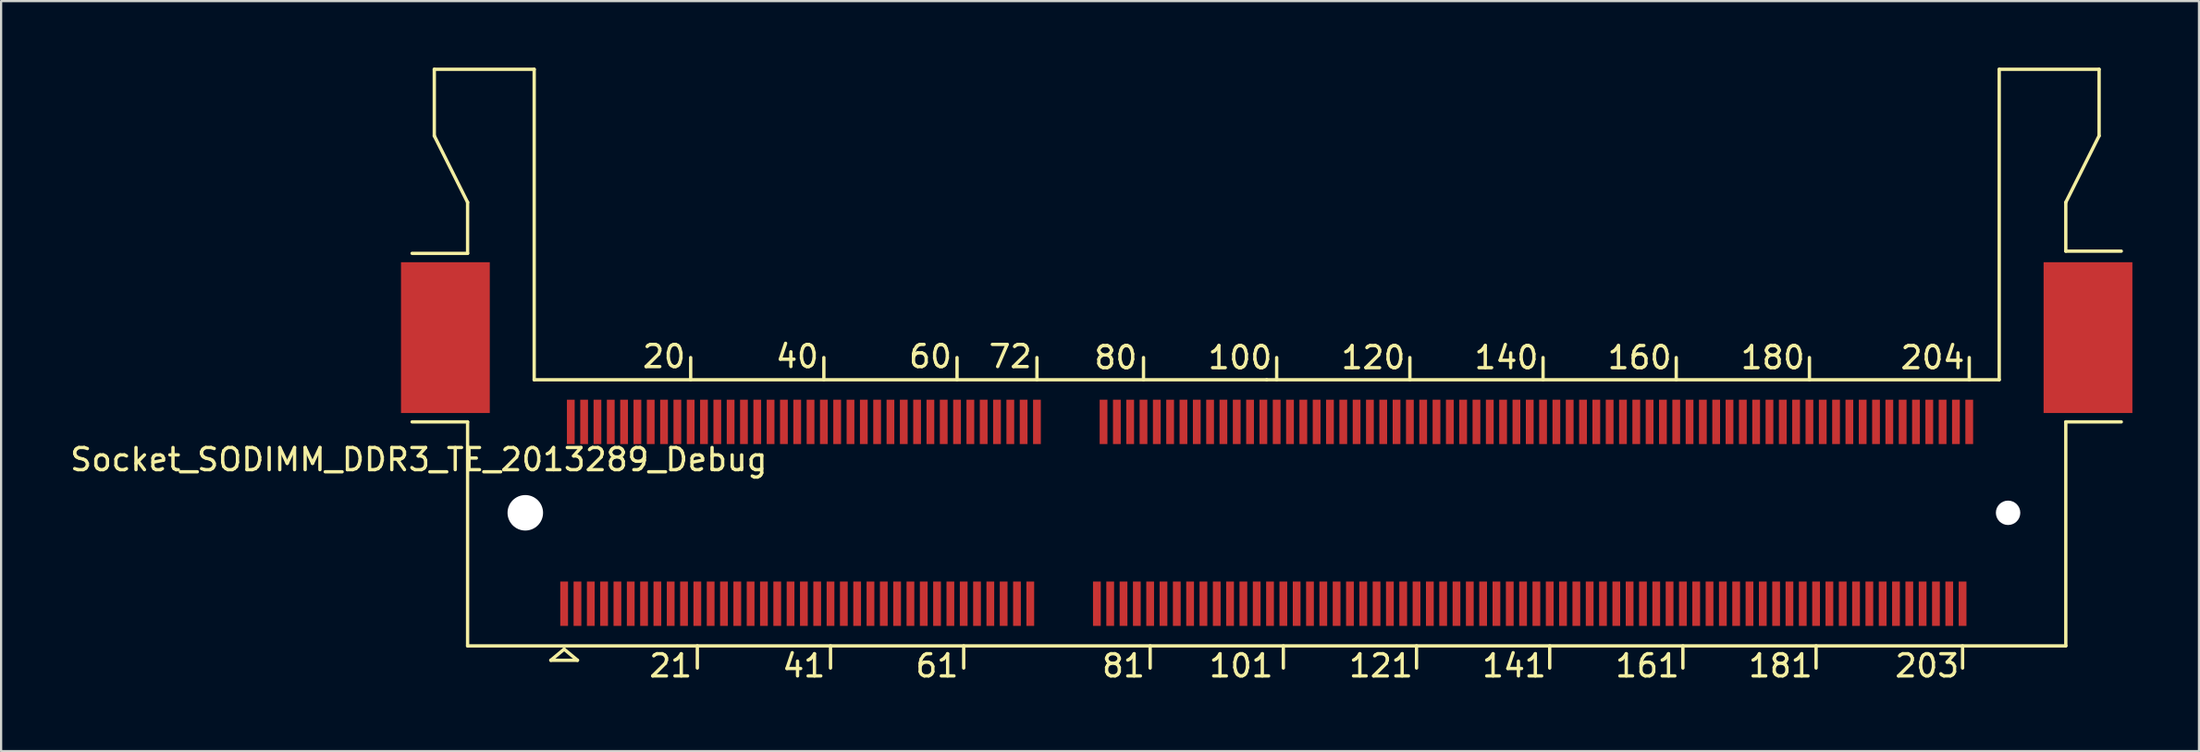
<source format=kicad_pcb>
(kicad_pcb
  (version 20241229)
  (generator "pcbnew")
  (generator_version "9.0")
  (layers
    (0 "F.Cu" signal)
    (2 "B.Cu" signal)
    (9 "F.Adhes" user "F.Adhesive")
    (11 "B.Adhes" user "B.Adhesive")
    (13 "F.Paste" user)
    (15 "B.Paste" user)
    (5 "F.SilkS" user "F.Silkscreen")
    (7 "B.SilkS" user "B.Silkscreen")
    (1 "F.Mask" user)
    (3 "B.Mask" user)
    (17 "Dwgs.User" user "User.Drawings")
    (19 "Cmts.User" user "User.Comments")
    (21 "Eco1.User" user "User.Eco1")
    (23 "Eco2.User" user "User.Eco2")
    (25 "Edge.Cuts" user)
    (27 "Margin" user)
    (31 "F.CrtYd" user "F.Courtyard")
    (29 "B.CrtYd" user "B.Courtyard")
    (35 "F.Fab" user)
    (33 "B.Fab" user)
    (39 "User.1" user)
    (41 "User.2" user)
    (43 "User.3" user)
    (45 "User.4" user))
  (footprint "Socket_SODIMM_DDR3_TE_2013289_Debug"
    (layer "F.Cu")
    (at 54.015 20.075)
    (property "Reference" "Socket_SODIMM_DDR3_TE_2013289_Debug" (at -38.2 -2.4 0) (layer "F.SilkS") (effects (font (size 1 1) (thickness 0.15))))
    (attr smd)
    (fp_line (start -37.5 -20) (end -37.5 -17) (stroke (width 0.15) (type solid)) (layer "F.SilkS"))
    (fp_line (start -37.5 -17) (end -36 -14) (stroke (width 0.15) (type solid)) (layer "F.SilkS"))
    (fp_line (start -36 -14) (end -36 -11.7) (stroke (width 0.15) (type solid)) (layer "F.SilkS"))
    (fp_line (start -36 -11.7) (end -38.5 -11.7) (stroke (width 0.15) (type solid)) (layer "F.SilkS"))
    (fp_line (start -36 -4.1) (end -38.5 -4.1) (stroke (width 0.15) (type solid)) (layer "F.SilkS"))
    (fp_line (start -36 -4.1) (end -36 6) (stroke (width 0.15) (type solid)) (layer "F.SilkS"))
    (fp_line (start -36 6) (end 36 6) (stroke (width 0.15) (type solid)) (layer "F.SilkS"))
    (fp_line (start -33 -20) (end -37.5 -20) (stroke (width 0.15) (type solid)) (layer "F.SilkS"))
    (fp_line (start -33 -6) (end -33 -20) (stroke (width 0.15) (type solid)) (layer "F.SilkS"))
    (fp_line (start -32.25 6.65) (end -31.65 6.15) (stroke (width 0.15) (type solid)) (layer "F.SilkS"))
    (fp_line (start -31.65 6.15) (end -31.05 6.65) (stroke (width 0.15) (type solid)) (layer "F.SilkS"))
    (fp_line (start -31.05 6.65) (end -32.25 6.65) (stroke (width 0.15) (type solid)) (layer "F.SilkS"))
    (fp_line (start -25.95 -6) (end -25.95 -7) (stroke (width 0.15) (type solid)) (layer "F.SilkS"))
    (fp_line (start -25.65 7) (end -25.65 6) (stroke (width 0.15) (type solid)) (layer "F.SilkS"))
    (fp_line (start -19.95 -6) (end -19.95 -7) (stroke (width 0.15) (type solid)) (layer "F.SilkS"))
    (fp_line (start -19.65 7) (end -19.65 6) (stroke (width 0.15) (type solid)) (layer "F.SilkS"))
    (fp_line (start -13.95 -6) (end -13.95 -7) (stroke (width 0.15) (type solid)) (layer "F.SilkS"))
    (fp_line (start -13.65 7) (end -13.65 6) (stroke (width 0.15) (type solid)) (layer "F.SilkS"))
    (fp_line (start -10.35 -6) (end -10.35 -7) (stroke (width 0.15) (type solid)) (layer "F.SilkS"))
    (fp_line (start -5.55 -6) (end -5.55 -7) (stroke (width 0.15) (type solid)) (layer "F.SilkS"))
    (fp_line (start -5.25 7) (end -5.25 6) (stroke (width 0.15) (type solid)) (layer "F.SilkS"))
    (fp_line (start 0 -6) (end -33 -6) (stroke (width 0.15) (type solid)) (layer "F.SilkS"))
    (fp_line (start 0.45 -6) (end 0.45 -7) (stroke (width 0.15) (type solid)) (layer "F.SilkS"))
    (fp_line (start 0.75 7) (end 0.75 6) (stroke (width 0.15) (type solid)) (layer "F.SilkS"))
    (fp_line (start 6.45 -6) (end 6.45 -7) (stroke (width 0.15) (type solid)) (layer "F.SilkS"))
    (fp_line (start 6.75 7) (end 6.75 6) (stroke (width 0.15) (type solid)) (layer "F.SilkS"))
    (fp_line (start 12.45 -6) (end 12.45 -7) (stroke (width 0.15) (type solid)) (layer "F.SilkS"))
    (fp_line (start 12.75 7) (end 12.75 6) (stroke (width 0.15) (type solid)) (layer "F.SilkS"))
    (fp_line (start 18.45 -6) (end 18.45 -7) (stroke (width 0.15) (type solid)) (layer "F.SilkS"))
    (fp_line (start 18.75 7) (end 18.75 6) (stroke (width 0.15) (type solid)) (layer "F.SilkS"))
    (fp_line (start 24.45 -6) (end 24.45 -7) (stroke (width 0.15) (type solid)) (layer "F.SilkS"))
    (fp_line (start 24.75 7) (end 24.75 6) (stroke (width 0.15) (type solid)) (layer "F.SilkS"))
    (fp_line (start 31.35 7) (end 31.35 6) (stroke (width 0.15) (type solid)) (layer "F.SilkS"))
    (fp_line (start 31.65 -6) (end 31.65 -7) (stroke (width 0.15) (type solid)) (layer "F.SilkS"))
    (fp_line (start 33 -20) (end 33 -6) (stroke (width 0.15) (type solid)) (layer "F.SilkS"))
    (fp_line (start 33 -6) (end 0 -6) (stroke (width 0.15) (type solid)) (layer "F.SilkS"))
    (fp_line (start 36 -14) (end 36 -11.8) (stroke (width 0.15) (type solid)) (layer "F.SilkS"))
    (fp_line (start 36 -14) (end 37.5 -17) (stroke (width 0.15) (type solid)) (layer "F.SilkS"))
    (fp_line (start 36 -11.8) (end 38.5 -11.8) (stroke (width 0.15) (type solid)) (layer "F.SilkS"))
    (fp_line (start 36 -4.1) (end 38.5 -4.1) (stroke (width 0.15) (type solid)) (layer "F.SilkS"))
    (fp_line (start 36 6) (end 36 -4.1) (stroke (width 0.15) (type solid)) (layer "F.SilkS"))
    (fp_line (start 37.5 -20) (end 33 -20) (stroke (width 0.15) (type solid)) (layer "F.SilkS"))
    (fp_line (start 37.5 -17) (end 37.5 -20) (stroke (width 0.15) (type solid)) (layer "F.SilkS"))
    (fp_text user "181" (at 23.15 6.9 0) (layer "F.SilkS") (effects (font (size 1 1) (thickness 0.15))))
    (fp_text user "161" (at 17.15 6.9 0) (layer "F.SilkS") (effects (font (size 1 1) (thickness 0.15))))
    (fp_text user "204" (at 30 -7 0) (layer "F.SilkS") (effects (font (size 1 1) (thickness 0.15))))
    (fp_text user "160" (at 16.8 -7 0) (layer "F.SilkS") (effects (font (size 1 1) (thickness 0.15))))
    (fp_text user "40" (at -21.15 -7.05 0) (layer "F.SilkS") (effects (font (size 1 1) (thickness 0.15))))
    (fp_text user "41" (at -20.85 6.9 0) (layer "F.SilkS") (effects (font (size 1 1) (thickness 0.15))))
    (fp_text user "140" (at 10.8 -7 0) (layer "F.SilkS") (effects (font (size 1 1) (thickness 0.15))))
    (fp_text user "81" (at -6.45 6.9 0) (layer "F.SilkS") (effects (font (size 1 1) (thickness 0.15))))
    (fp_text user "61" (at -14.85 6.9 0) (layer "F.SilkS") (effects (font (size 1 1) (thickness 0.15))))
    (fp_text user "101" (at -1.15 6.9 0) (layer "F.SilkS") (effects (font (size 1 1) (thickness 0.15))))
    (fp_text user "203" (at 29.75 6.9 0) (layer "F.SilkS") (effects (font (size 1 1) (thickness 0.15))))
    (fp_text user "120" (at 4.8 -7 0) (layer "F.SilkS") (effects (font (size 1 1) (thickness 0.15))))
    (fp_text user "21" (at -26.85 6.9 0) (layer "F.SilkS") (effects (font (size 1 1) (thickness 0.15))))
    (fp_text user "100" (at -1.2 -7 0) (layer "F.SilkS") (effects (font (size 1 1) (thickness 0.15))))
    (fp_text user "72" (at -11.55 -7.05 0) (layer "F.SilkS") (effects (font (size 1 1) (thickness 0.15))))
    (fp_text user "180" (at 22.8 -7 0) (layer "F.SilkS") (effects (font (size 1 1) (thickness 0.15))))
    (fp_text user "121" (at 5.15 6.9 0) (layer "F.SilkS") (effects (font (size 1 1) (thickness 0.15))))
    (fp_text user "141" (at 11.15 6.9 0) (layer "F.SilkS") (effects (font (size 1 1) (thickness 0.15))))
    (fp_text user "80" (at -6.8 -7 0) (layer "F.SilkS") (effects (font (size 1 1) (thickness 0.15))))
    (fp_text user "60" (at -15.15 -7.05 0) (layer "F.SilkS") (effects (font (size 1 1) (thickness 0.15))))
    (fp_text user "20" (at -27.15 -7.05 0) (layer "F.SilkS") (effects (font (size 1 1) (thickness 0.15))))
    (pad "" smd rect (at -37 -7.9) (size 4 6.8) (layers "F.Cu" "F.Mask" "F.Paste"))
    (pad "" np_thru_hole circle (at -33.4 0) (size 1.6 1.6) (drill 1.6) (layers "*.Cu" "*.Mask"))
    (pad "" np_thru_hole circle (at 33.4 0) (size 1.1 1.1) (drill 1.1) (layers "*.Cu" "*.Mask"))
    (pad "" smd rect (at 37 -7.9) (size 4 6.8) (layers "F.Cu" "F.Mask" "F.Paste"))
    (pad "1" smd rect (at -31.65 4.1) (size 0.35 2) (layers "F.Cu" "F.Mask" "F.Paste"))
    (pad "2" smd rect (at -31.35 -4.1) (size 0.35 2) (layers "F.Cu" "F.Mask" "F.Paste"))
    (pad "3" smd rect (at -31.05 4.1) (size 0.35 2) (layers "F.Cu" "F.Mask" "F.Paste"))
    (pad "4" smd rect (at -30.75 -4.1) (size 0.35 2) (layers "F.Cu" "F.Mask" "F.Paste"))
    (pad "5" smd rect (at -30.45 4.1) (size 0.35 2) (layers "F.Cu" "F.Mask" "F.Paste"))
    (pad "6" smd rect (at -30.15 -4.1) (size 0.35 2) (layers "F.Cu" "F.Mask" "F.Paste"))
    (pad "7" smd rect (at -29.85 4.1) (size 0.35 2) (layers "F.Cu" "F.Mask" "F.Paste"))
    (pad "8" smd rect (at -29.55 -4.1) (size 0.35 2) (layers "F.Cu" "F.Mask" "F.Paste"))
    (pad "9" smd rect (at -29.25 4.1) (size 0.35 2) (layers "F.Cu" "F.Mask" "F.Paste"))
    (pad "10" smd rect (at -28.95 -4.1) (size 0.35 2) (layers "F.Cu" "F.Mask" "F.Paste"))
    (pad "11" smd rect (at -28.65 4.1) (size 0.35 2) (layers "F.Cu" "F.Mask" "F.Paste"))
    (pad "12" smd rect (at -28.35 -4.1) (size 0.35 2) (layers "F.Cu" "F.Mask" "F.Paste"))
    (pad "13" smd rect (at -28.05 4.1) (size 0.35 2) (layers "F.Cu" "F.Mask" "F.Paste"))
    (pad "14" smd rect (at -27.75 -4.1) (size 0.35 2) (layers "F.Cu" "F.Mask" "F.Paste"))
    (pad "15" smd rect (at -27.45 4.1) (size 0.35 2) (layers "F.Cu" "F.Mask" "F.Paste"))
    (pad "16" smd rect (at -27.15 -4.1) (size 0.35 2) (layers "F.Cu" "F.Mask" "F.Paste"))
    (pad "17" smd rect (at -26.85 4.1) (size 0.35 2) (layers "F.Cu" "F.Mask" "F.Paste"))
    (pad "18" smd rect (at -26.55 -4.1) (size 0.35 2) (layers "F.Cu" "F.Mask" "F.Paste"))
    (pad "19" smd rect (at -26.25 4.1) (size 0.35 2) (layers "F.Cu" "F.Mask" "F.Paste"))
    (pad "20" smd rect (at -25.95 -4.1) (size 0.35 2) (layers "F.Cu" "F.Mask" "F.Paste"))
    (pad "21" smd rect (at -25.65 4.1) (size 0.35 2) (layers "F.Cu" "F.Mask" "F.Paste"))
    (pad "22" smd rect (at -25.35 -4.1) (size 0.35 2) (layers "F.Cu" "F.Mask" "F.Paste"))
    (pad "23" smd rect (at -25.05 4.1) (size 0.35 2) (layers "F.Cu" "F.Mask" "F.Paste"))
    (pad "24" smd rect (at -24.75 -4.1) (size 0.35 2) (layers "F.Cu" "F.Mask" "F.Paste"))
    (pad "25" smd rect (at -24.45 4.1) (size 0.35 2) (layers "F.Cu" "F.Mask" "F.Paste"))
    (pad "26" smd rect (at -24.15 -4.1) (size 0.35 2) (layers "F.Cu" "F.Mask" "F.Paste"))
    (pad "27" smd rect (at -23.85 4.1) (size 0.35 2) (layers "F.Cu" "F.Mask" "F.Paste"))
    (pad "28" smd rect (at -23.55 -4.1) (size 0.35 2) (layers "F.Cu" "F.Mask" "F.Paste"))
    (pad "29" smd rect (at -23.25 4.1) (size 0.35 2) (layers "F.Cu" "F.Mask" "F.Paste"))
    (pad "30" smd rect (at -22.95 -4.1) (size 0.35 2) (layers "F.Cu" "F.Mask" "F.Paste"))
    (pad "31" smd rect (at -22.65 4.1) (size 0.35 2) (layers "F.Cu" "F.Mask" "F.Paste"))
    (pad "32" smd rect (at -22.35 -4.1) (size 0.35 2) (layers "F.Cu" "F.Mask" "F.Paste"))
    (pad "33" smd rect (at -22.05 4.1) (size 0.35 2) (layers "F.Cu" "F.Mask" "F.Paste"))
    (pad "34" smd rect (at -21.75 -4.1) (size 0.35 2) (layers "F.Cu" "F.Mask" "F.Paste"))
    (pad "35" smd rect (at -21.45 4.1) (size 0.35 2) (layers "F.Cu" "F.Mask" "F.Paste"))
    (pad "36" smd rect (at -21.15 -4.1) (size 0.35 2) (layers "F.Cu" "F.Mask" "F.Paste"))
    (pad "37" smd rect (at -20.85 4.1) (size 0.35 2) (layers "F.Cu" "F.Mask" "F.Paste"))
    (pad "38" smd rect (at -20.55 -4.1) (size 0.35 2) (layers "F.Cu" "F.Mask" "F.Paste"))
    (pad "39" smd rect (at -20.25 4.1) (size 0.35 2) (layers "F.Cu" "F.Mask" "F.Paste"))
    (pad "40" smd rect (at -19.95 -4.1) (size 0.35 2) (layers "F.Cu" "F.Mask" "F.Paste"))
    (pad "41" smd rect (at -19.65 4.1) (size 0.35 2) (layers "F.Cu" "F.Mask" "F.Paste"))
    (pad "42" smd rect (at -19.35 -4.1) (size 0.35 2) (layers "F.Cu" "F.Mask" "F.Paste"))
    (pad "43" smd rect (at -19.05 4.1) (size 0.35 2) (layers "F.Cu" "F.Mask" "F.Paste"))
    (pad "44" smd rect (at -18.75 -4.1) (size 0.35 2) (layers "F.Cu" "F.Mask" "F.Paste"))
    (pad "45" smd rect (at -18.45 4.1) (size 0.35 2) (layers "F.Cu" "F.Mask" "F.Paste"))
    (pad "46" smd rect (at -18.15 -4.1) (size 0.35 2) (layers "F.Cu" "F.Mask" "F.Paste"))
    (pad "47" smd rect (at -17.85 4.1) (size 0.35 2) (layers "F.Cu" "F.Mask" "F.Paste"))
    (pad "48" smd rect (at -17.55 -4.1) (size 0.35 2) (layers "F.Cu" "F.Mask" "F.Paste"))
    (pad "49" smd rect (at -17.25 4.1) (size 0.35 2) (layers "F.Cu" "F.Mask" "F.Paste"))
    (pad "50" smd rect (at -16.95 -4.1) (size 0.35 2) (layers "F.Cu" "F.Mask" "F.Paste"))
    (pad "51" smd rect (at -16.65 4.1) (size 0.35 2) (layers "F.Cu" "F.Mask" "F.Paste"))
    (pad "52" smd rect (at -16.35 -4.1) (size 0.35 2) (layers "F.Cu" "F.Mask" "F.Paste"))
    (pad "53" smd rect (at -16.05 4.1) (size 0.35 2) (layers "F.Cu" "F.Mask" "F.Paste"))
    (pad "54" smd rect (at -15.75 -4.1) (size 0.35 2) (layers "F.Cu" "F.Mask" "F.Paste"))
    (pad "55" smd rect (at -15.45 4.1) (size 0.35 2) (layers "F.Cu" "F.Mask" "F.Paste"))
    (pad "56" smd rect (at -15.15 -4.1) (size 0.35 2) (layers "F.Cu" "F.Mask" "F.Paste"))
    (pad "57" smd rect (at -14.85 4.1) (size 0.35 2) (layers "F.Cu" "F.Mask" "F.Paste"))
    (pad "58" smd rect (at -14.55 -4.1) (size 0.35 2) (layers "F.Cu" "F.Mask" "F.Paste"))
    (pad "59" smd rect (at -14.25 4.1) (size 0.35 2) (layers "F.Cu" "F.Mask" "F.Paste"))
    (pad "60" smd rect (at -13.95 -4.1) (size 0.35 2) (layers "F.Cu" "F.Mask" "F.Paste"))
    (pad "61" smd rect (at -13.65 4.1) (size 0.35 2) (layers "F.Cu" "F.Mask" "F.Paste"))
    (pad "62" smd rect (at -13.35 -4.1) (size 0.35 2) (layers "F.Cu" "F.Mask" "F.Paste"))
    (pad "63" smd rect (at -13.05 4.1) (size 0.35 2) (layers "F.Cu" "F.Mask" "F.Paste"))
    (pad "64" smd rect (at -12.75 -4.1) (size 0.35 2) (layers "F.Cu" "F.Mask" "F.Paste"))
    (pad "65" smd rect (at -12.45 4.1) (size 0.35 2) (layers "F.Cu" "F.Mask" "F.Paste"))
    (pad "66" smd rect (at -12.15 -4.1) (size 0.35 2) (layers "F.Cu" "F.Mask" "F.Paste"))
    (pad "67" smd rect (at -11.85 4.1) (size 0.35 2) (layers "F.Cu" "F.Mask" "F.Paste"))
    (pad "68" smd rect (at -11.55 -4.1) (size 0.35 2) (layers "F.Cu" "F.Mask" "F.Paste"))
    (pad "69" smd rect (at -11.25 4.1) (size 0.35 2) (layers "F.Cu" "F.Mask" "F.Paste"))
    (pad "70" smd rect (at -10.95 -4.1) (size 0.35 2) (layers "F.Cu" "F.Mask" "F.Paste"))
    (pad "71" smd rect (at -10.65 4.1) (size 0.35 2) (layers "F.Cu" "F.Mask" "F.Paste"))
    (pad "72" smd rect (at -10.35 -4.1) (size 0.35 2) (layers "F.Cu" "F.Mask" "F.Paste"))
    (pad "73" smd rect (at -7.65 4.1) (size 0.35 2) (layers "F.Cu" "F.Mask" "F.Paste"))
    (pad "74" smd rect (at -7.35 -4.1) (size 0.35 2) (layers "F.Cu" "F.Mask" "F.Paste"))
    (pad "75" smd rect (at -7.05 4.1) (size 0.35 2) (layers "F.Cu" "F.Mask" "F.Paste"))
    (pad "76" smd rect (at -6.75 -4.1) (size 0.35 2) (layers "F.Cu" "F.Mask" "F.Paste"))
    (pad "77" smd rect (at -6.45 4.1) (size 0.35 2) (layers "F.Cu" "F.Mask" "F.Paste"))
    (pad "78" smd rect (at -6.15 -4.1) (size 0.35 2) (layers "F.Cu" "F.Mask" "F.Paste"))
    (pad "79" smd rect (at -5.85 4.1) (size 0.35 2) (layers "F.Cu" "F.Mask" "F.Paste"))
    (pad "80" smd rect (at -5.55 -4.1) (size 0.35 2) (layers "F.Cu" "F.Mask" "F.Paste"))
    (pad "81" smd rect (at -5.25 4.1) (size 0.35 2) (layers "F.Cu" "F.Mask" "F.Paste"))
    (pad "82" smd rect (at -4.95 -4.1) (size 0.35 2) (layers "F.Cu" "F.Mask" "F.Paste"))
    (pad "83" smd rect (at -4.65 4.1) (size 0.35 2) (layers "F.Cu" "F.Mask" "F.Paste"))
    (pad "84" smd rect (at -4.35 -4.1) (size 0.35 2) (layers "F.Cu" "F.Mask" "F.Paste"))
    (pad "85" smd rect (at -4.05 4.1) (size 0.35 2) (layers "F.Cu" "F.Mask" "F.Paste"))
    (pad "86" smd rect (at -3.75 -4.1) (size 0.35 2) (layers "F.Cu" "F.Mask" "F.Paste"))
    (pad "87" smd rect (at -3.45 4.1) (size 0.35 2) (layers "F.Cu" "F.Mask" "F.Paste"))
    (pad "88" smd rect (at -3.15 -4.1) (size 0.35 2) (layers "F.Cu" "F.Mask" "F.Paste"))
    (pad "89" smd rect (at -2.85 4.1) (size 0.35 2) (layers "F.Cu" "F.Mask" "F.Paste"))
    (pad "90" smd rect (at -2.55 -4.1) (size 0.35 2) (layers "F.Cu" "F.Mask" "F.Paste"))
    (pad "91" smd rect (at -2.25 4.1) (size 0.35 2) (layers "F.Cu" "F.Mask" "F.Paste"))
    (pad "92" smd rect (at -1.95 -4.1) (size 0.35 2) (layers "F.Cu" "F.Mask" "F.Paste"))
    (pad "93" smd rect (at -1.65 4.1) (size 0.35 2) (layers "F.Cu" "F.Mask" "F.Paste"))
    (pad "94" smd rect (at -1.35 -4.1) (size 0.35 2) (layers "F.Cu" "F.Mask" "F.Paste"))
    (pad "95" smd rect (at -1.05 4.1) (size 0.35 2) (layers "F.Cu" "F.Mask" "F.Paste"))
    (pad "96" smd rect (at -0.75 -4.1) (size 0.35 2) (layers "F.Cu" "F.Mask" "F.Paste"))
    (pad "97" smd rect (at -0.45 4.1) (size 0.35 2) (layers "F.Cu" "F.Mask" "F.Paste"))
    (pad "98" smd rect (at -0.15 -4.1) (size 0.35 2) (layers "F.Cu" "F.Mask" "F.Paste"))
    (pad "99" smd rect (at 0.15 4.1) (size 0.35 2) (layers "F.Cu" "F.Mask" "F.Paste"))
    (pad "100" smd rect (at 0.45 -4.1) (size 0.35 2) (layers "F.Cu" "F.Mask" "F.Paste"))
    (pad "101" smd rect (at 0.75 4.1) (size 0.35 2) (layers "F.Cu" "F.Mask" "F.Paste"))
    (pad "102" smd rect (at 1.05 -4.1) (size 0.35 2) (layers "F.Cu" "F.Mask" "F.Paste"))
    (pad "103" smd rect (at 1.35 4.1) (size 0.35 2) (layers "F.Cu" "F.Mask" "F.Paste"))
    (pad "104" smd rect (at 1.65 -4.1) (size 0.35 2) (layers "F.Cu" "F.Mask" "F.Paste"))
    (pad "105" smd rect (at 1.95 4.1) (size 0.35 2) (layers "F.Cu" "F.Mask" "F.Paste"))
    (pad "106" smd rect (at 2.25 -4.1) (size 0.35 2) (layers "F.Cu" "F.Mask" "F.Paste"))
    (pad "107" smd rect (at 2.55 4.1) (size 0.35 2) (layers "F.Cu" "F.Mask" "F.Paste"))
    (pad "108" smd rect (at 2.85 -4.1) (size 0.35 2) (layers "F.Cu" "F.Mask" "F.Paste"))
    (pad "109" smd rect (at 3.15 4.1) (size 0.35 2) (layers "F.Cu" "F.Mask" "F.Paste"))
    (pad "110" smd rect (at 3.45 -4.1) (size 0.35 2) (layers "F.Cu" "F.Mask" "F.Paste"))
    (pad "111" smd rect (at 3.75 4.1) (size 0.35 2) (layers "F.Cu" "F.Mask" "F.Paste"))
    (pad "112" smd rect (at 4.05 -4.1) (size 0.35 2) (layers "F.Cu" "F.Mask" "F.Paste"))
    (pad "113" smd rect (at 4.35 4.1) (size 0.35 2) (layers "F.Cu" "F.Mask" "F.Paste"))
    (pad "114" smd rect (at 4.65 -4.1) (size 0.35 2) (layers "F.Cu" "F.Mask" "F.Paste"))
    (pad "115" smd rect (at 4.95 4.1) (size 0.35 2) (layers "F.Cu" "F.Mask" "F.Paste"))
    (pad "116" smd rect (at 5.25 -4.1) (size 0.35 2) (layers "F.Cu" "F.Mask" "F.Paste"))
    (pad "117" smd rect (at 5.55 4.1) (size 0.35 2) (layers "F.Cu" "F.Mask" "F.Paste"))
    (pad "118" smd rect (at 5.85 -4.1) (size 0.35 2) (layers "F.Cu" "F.Mask" "F.Paste"))
    (pad "119" smd rect (at 6.15 4.1) (size 0.35 2) (layers "F.Cu" "F.Mask" "F.Paste"))
    (pad "120" smd rect (at 6.45 -4.1) (size 0.35 2) (layers "F.Cu" "F.Mask" "F.Paste"))
    (pad "121" smd rect (at 6.75 4.1) (size 0.35 2) (layers "F.Cu" "F.Mask" "F.Paste"))
    (pad "122" smd rect (at 7.05 -4.1) (size 0.35 2) (layers "F.Cu" "F.Mask" "F.Paste"))
    (pad "123" smd rect (at 7.35 4.1) (size 0.35 2) (layers "F.Cu" "F.Mask" "F.Paste"))
    (pad "124" smd rect (at 7.65 -4.1) (size 0.35 2) (layers "F.Cu" "F.Mask" "F.Paste"))
    (pad "125" smd rect (at 7.95 4.1) (size 0.35 2) (layers "F.Cu" "F.Mask" "F.Paste"))
    (pad "126" smd rect (at 8.25 -4.1) (size 0.35 2) (layers "F.Cu" "F.Mask" "F.Paste"))
    (pad "127" smd rect (at 8.55 4.1) (size 0.35 2) (layers "F.Cu" "F.Mask" "F.Paste"))
    (pad "128" smd rect (at 8.85 -4.1) (size 0.35 2) (layers "F.Cu" "F.Mask" "F.Paste"))
    (pad "129" smd rect (at 9.15 4.1) (size 0.35 2) (layers "F.Cu" "F.Mask" "F.Paste"))
    (pad "130" smd rect (at 9.45 -4.1) (size 0.35 2) (layers "F.Cu" "F.Mask" "F.Paste"))
    (pad "131" smd rect (at 9.75 4.1) (size 0.35 2) (layers "F.Cu" "F.Mask" "F.Paste"))
    (pad "132" smd rect (at 10.05 -4.1) (size 0.35 2) (layers "F.Cu" "F.Mask" "F.Paste"))
    (pad "133" smd rect (at 10.35 4.1) (size 0.35 2) (layers "F.Cu" "F.Mask" "F.Paste"))
    (pad "134" smd rect (at 10.65 -4.1) (size 0.35 2) (layers "F.Cu" "F.Mask" "F.Paste"))
    (pad "135" smd rect (at 10.95 4.1) (size 0.35 2) (layers "F.Cu" "F.Mask" "F.Paste"))
    (pad "136" smd rect (at 11.25 -4.1) (size 0.35 2) (layers "F.Cu" "F.Mask" "F.Paste"))
    (pad "137" smd rect (at 11.55 4.1) (size 0.35 2) (layers "F.Cu" "F.Mask" "F.Paste"))
    (pad "138" smd rect (at 11.85 -4.1) (size 0.35 2) (layers "F.Cu" "F.Mask" "F.Paste"))
    (pad "139" smd rect (at 12.15 4.1) (size 0.35 2) (layers "F.Cu" "F.Mask" "F.Paste"))
    (pad "140" smd rect (at 12.45 -4.1) (size 0.35 2) (layers "F.Cu" "F.Mask" "F.Paste"))
    (pad "141" smd rect (at 12.75 4.1) (size 0.35 2) (layers "F.Cu" "F.Mask" "F.Paste"))
    (pad "142" smd rect (at 13.05 -4.1) (size 0.35 2) (layers "F.Cu" "F.Mask" "F.Paste"))
    (pad "143" smd rect (at 13.35 4.1) (size 0.35 2) (layers "F.Cu" "F.Mask" "F.Paste"))
    (pad "144" smd rect (at 13.65 -4.1) (size 0.35 2) (layers "F.Cu" "F.Mask" "F.Paste"))
    (pad "145" smd rect (at 13.95 4.1) (size 0.35 2) (layers "F.Cu" "F.Mask" "F.Paste"))
    (pad "146" smd rect (at 14.25 -4.1) (size 0.35 2) (layers "F.Cu" "F.Mask" "F.Paste"))
    (pad "147" smd rect (at 14.55 4.1) (size 0.35 2) (layers "F.Cu" "F.Mask" "F.Paste"))
    (pad "148" smd rect (at 14.85 -4.1) (size 0.35 2) (layers "F.Cu" "F.Mask" "F.Paste"))
    (pad "149" smd rect (at 15.15 4.1) (size 0.35 2) (layers "F.Cu" "F.Mask" "F.Paste"))
    (pad "150" smd rect (at 15.45 -4.1) (size 0.35 2) (layers "F.Cu" "F.Mask" "F.Paste"))
    (pad "151" smd rect (at 15.75 4.1) (size 0.35 2) (layers "F.Cu" "F.Mask" "F.Paste"))
    (pad "152" smd rect (at 16.05 -4.1) (size 0.35 2) (layers "F.Cu" "F.Mask" "F.Paste"))
    (pad "153" smd rect (at 16.35 4.1) (size 0.35 2) (layers "F.Cu" "F.Mask" "F.Paste"))
    (pad "154" smd rect (at 16.65 -4.1) (size 0.35 2) (layers "F.Cu" "F.Mask" "F.Paste"))
    (pad "155" smd rect (at 16.95 4.1) (size 0.35 2) (layers "F.Cu" "F.Mask" "F.Paste"))
    (pad "156" smd rect (at 17.25 -4.1) (size 0.35 2) (layers "F.Cu" "F.Mask" "F.Paste"))
    (pad "157" smd rect (at 17.55 4.1) (size 0.35 2) (layers "F.Cu" "F.Mask" "F.Paste"))
    (pad "158" smd rect (at 17.85 -4.1) (size 0.35 2) (layers "F.Cu" "F.Mask" "F.Paste"))
    (pad "159" smd rect (at 18.15 4.1) (size 0.35 2) (layers "F.Cu" "F.Mask" "F.Paste"))
    (pad "160" smd rect (at 18.45 -4.1) (size 0.35 2) (layers "F.Cu" "F.Mask" "F.Paste"))
    (pad "161" smd rect (at 18.75 4.1) (size 0.35 2) (layers "F.Cu" "F.Mask" "F.Paste"))
    (pad "162" smd rect (at 19.05 -4.1) (size 0.35 2) (layers "F.Cu" "F.Mask" "F.Paste"))
    (pad "163" smd rect (at 19.35 4.1) (size 0.35 2) (layers "F.Cu" "F.Mask" "F.Paste"))
    (pad "164" smd rect (at 19.65 -4.1) (size 0.35 2) (layers "F.Cu" "F.Mask" "F.Paste"))
    (pad "165" smd rect (at 19.95 4.1) (size 0.35 2) (layers "F.Cu" "F.Mask" "F.Paste"))
    (pad "166" smd rect (at 20.25 -4.1) (size 0.35 2) (layers "F.Cu" "F.Mask" "F.Paste"))
    (pad "167" smd rect (at 20.55 4.1) (size 0.35 2) (layers "F.Cu" "F.Mask" "F.Paste"))
    (pad "168" smd rect (at 20.85 -4.1) (size 0.35 2) (layers "F.Cu" "F.Mask" "F.Paste"))
    (pad "169" smd rect (at 21.15 4.1) (size 0.35 2) (layers "F.Cu" "F.Mask" "F.Paste"))
    (pad "170" smd rect (at 21.45 -4.1) (size 0.35 2) (layers "F.Cu" "F.Mask" "F.Paste"))
    (pad "171" smd rect (at 21.75 4.1) (size 0.35 2) (layers "F.Cu" "F.Mask" "F.Paste"))
    (pad "172" smd rect (at 22.05 -4.1) (size 0.35 2) (layers "F.Cu" "F.Mask" "F.Paste"))
    (pad "173" smd rect (at 22.35 4.1) (size 0.35 2) (layers "F.Cu" "F.Mask" "F.Paste"))
    (pad "174" smd rect (at 22.65 -4.1) (size 0.35 2) (layers "F.Cu" "F.Mask" "F.Paste"))
    (pad "175" smd rect (at 22.95 4.1) (size 0.35 2) (layers "F.Cu" "F.Mask" "F.Paste"))
    (pad "176" smd rect (at 23.25 -4.1) (size 0.35 2) (layers "F.Cu" "F.Mask" "F.Paste"))
    (pad "177" smd rect (at 23.55 4.1) (size 0.35 2) (layers "F.Cu" "F.Mask" "F.Paste"))
    (pad "178" smd rect (at 23.85 -4.1) (size 0.35 2) (layers "F.Cu" "F.Mask" "F.Paste"))
    (pad "179" smd rect (at 24.15 4.1) (size 0.35 2) (layers "F.Cu" "F.Mask" "F.Paste"))
    (pad "180" smd rect (at 24.45 -4.1) (size 0.35 2) (layers "F.Cu" "F.Mask" "F.Paste"))
    (pad "181" smd rect (at 24.75 4.1) (size 0.35 2) (layers "F.Cu" "F.Mask" "F.Paste"))
    (pad "182" smd rect (at 25.05 -4.1) (size 0.35 2) (layers "F.Cu" "F.Mask" "F.Paste"))
    (pad "183" smd rect (at 25.35 4.1) (size 0.35 2) (layers "F.Cu" "F.Mask" "F.Paste"))
    (pad "184" smd rect (at 25.65 -4.1) (size 0.35 2) (layers "F.Cu" "F.Mask" "F.Paste"))
    (pad "185" smd rect (at 25.95 4.1) (size 0.35 2) (layers "F.Cu" "F.Mask" "F.Paste"))
    (pad "186" smd rect (at 26.25 -4.1) (size 0.35 2) (layers "F.Cu" "F.Mask" "F.Paste"))
    (pad "187" smd rect (at 26.55 4.1) (size 0.35 2) (layers "F.Cu" "F.Mask" "F.Paste"))
    (pad "188" smd rect (at 26.85 -4.1) (size 0.35 2) (layers "F.Cu" "F.Mask" "F.Paste"))
    (pad "189" smd rect (at 27.15 4.1) (size 0.35 2) (layers "F.Cu" "F.Mask" "F.Paste"))
    (pad "190" smd rect (at 27.45 -4.1) (size 0.35 2) (layers "F.Cu" "F.Mask" "F.Paste"))
    (pad "191" smd rect (at 27.75 4.1) (size 0.35 2) (layers "F.Cu" "F.Mask" "F.Paste"))
    (pad "192" smd rect (at 28.05 -4.1) (size 0.35 2) (layers "F.Cu" "F.Mask" "F.Paste"))
    (pad "193" smd rect (at 28.35 4.1) (size 0.35 2) (layers "F.Cu" "F.Mask" "F.Paste"))
    (pad "194" smd rect (at 28.65 -4.1) (size 0.35 2) (layers "F.Cu" "F.Mask" "F.Paste"))
    (pad "195" smd rect (at 28.95 4.1) (size 0.35 2) (layers "F.Cu" "F.Mask" "F.Paste"))
    (pad "196" smd rect (at 29.25 -4.1) (size 0.35 2) (layers "F.Cu" "F.Mask" "F.Paste"))
    (pad "197" smd rect (at 29.55 4.1) (size 0.35 2) (layers "F.Cu" "F.Mask" "F.Paste"))
    (pad "198" smd rect (at 29.85 -4.1) (size 0.35 2) (layers "F.Cu" "F.Mask" "F.Paste"))
    (pad "199" smd rect (at 30.15 4.1) (size 0.35 2) (layers "F.Cu" "F.Mask" "F.Paste"))
    (pad "200" smd rect (at 30.45 -4.1) (size 0.35 2) (layers "F.Cu" "F.Mask" "F.Paste"))
    (pad "201" smd rect (at 30.75 4.1) (size 0.35 2) (layers "F.Cu" "F.Mask" "F.Paste"))
    (pad "202" smd rect (at 31.05 -4.1) (size 0.35 2) (layers "F.Cu" "F.Mask" "F.Paste"))
    (pad "203" smd rect (at 31.35 4.1) (size 0.35 2) (layers "F.Cu" "F.Mask" "F.Paste"))
    (pad "204" smd rect (at 31.65 -4.1) (size 0.35 2) (layers "F.Cu" "F.Mask" "F.Paste")))
  (gr_rect
    (start -3 -3)
    (end 96.015 30.823)
    (stroke (width 0.1) (type default))
    (fill no)
    (layer "Edge.Cuts")))
</source>
